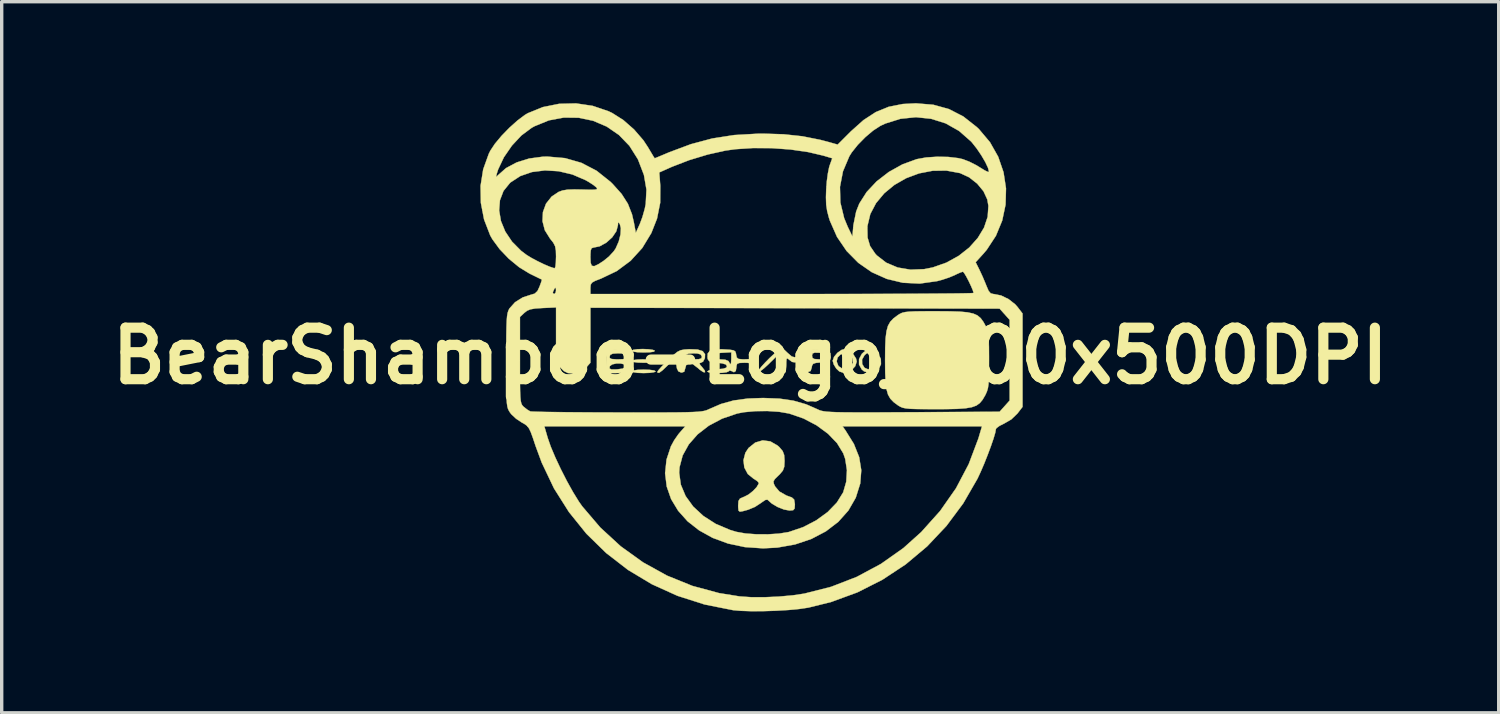
<source format=kicad_pcb>
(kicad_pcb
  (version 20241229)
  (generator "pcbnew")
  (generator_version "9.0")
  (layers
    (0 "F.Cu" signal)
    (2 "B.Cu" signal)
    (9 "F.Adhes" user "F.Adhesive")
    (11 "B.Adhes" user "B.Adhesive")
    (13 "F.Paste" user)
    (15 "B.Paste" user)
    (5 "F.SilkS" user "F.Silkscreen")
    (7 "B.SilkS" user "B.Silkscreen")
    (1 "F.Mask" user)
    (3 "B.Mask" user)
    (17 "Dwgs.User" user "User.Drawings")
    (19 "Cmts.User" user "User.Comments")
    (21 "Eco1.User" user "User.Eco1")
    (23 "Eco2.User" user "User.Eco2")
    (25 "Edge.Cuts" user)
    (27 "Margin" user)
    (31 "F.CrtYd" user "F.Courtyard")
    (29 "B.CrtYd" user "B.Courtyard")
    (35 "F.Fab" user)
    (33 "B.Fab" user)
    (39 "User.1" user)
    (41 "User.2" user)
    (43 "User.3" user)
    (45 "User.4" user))
  (footprint "BearShampoo-Logo_500x500DPI"
    (layer "F.Cu")
    (at 19.13 7.472)
    (property "Reference" "BearShampoo-Logo_500x500DPI" (at 0 0 0) (layer "F.SilkS") (effects (font (size 1.524 1.524) (thickness 0.3))))
    (attr through_hole)
    (fp_poly (pts (xy -3.005 -0.196) (xy -2.875 -0.177) (xy -2.819 -0.152) (xy -2.848 -0.124) (xy -2.969 -0.107) (xy -3.147 -0.102) (xy -3.33 -0.108) (xy -3.457 -0.126) (xy -3.505 -0.152) (xy -3.505 -0.152) (xy -3.459 -0.179) (xy -3.335 -0.197) (xy -3.178 -0.203) (xy -3.005 -0.196)) (stroke (width 0.01) (type solid)) (fill yes) (layer "F.SilkS"))
    (fp_poly (pts (xy -3.005 0.109) (xy -2.875 0.128) (xy -2.819 0.152) (xy -2.848 0.181) (xy -2.969 0.198) (xy -3.147 0.203) (xy -3.33 0.197) (xy -3.457 0.179) (xy -3.505 0.153) (xy -3.505 0.152) (xy -3.459 0.126) (xy -3.335 0.108) (xy -3.178 0.102) (xy -3.005 0.109)) (stroke (width 0.01) (type solid)) (fill yes) (layer "F.SilkS"))
    (fp_poly (pts (xy -2.967 0.413) (xy -2.841 0.431) (xy -2.794 0.457) (xy -2.794 0.457) (xy -2.841 0.483) (xy -2.967 0.501) (xy -3.149 0.508) (xy -3.15 0.508) (xy -3.332 0.501) (xy -3.458 0.483) (xy -3.505 0.457) (xy -3.505 0.457) (xy -3.458 0.431) (xy -3.332 0.413) (xy -3.15 0.406) (xy -3.15 0.406) (xy -2.967 0.413)) (stroke (width 0.01) (type solid)) (fill yes) (layer "F.SilkS"))
    (fp_poly (pts (xy 0.879 -0.171) (xy 0.901 -0.102) (xy 0.912 0.026) (xy 0.914 0.184) (xy 0.906 0.338) (xy 0.89 0.456) (xy 0.866 0.508) (xy 0.864 0.508) (xy 0.835 0.462) (xy 0.817 0.345) (xy 0.813 0.243) (xy 0.813 -0.022) (xy 0.539 0.248) (xy 0.406 0.37) (xy 0.301 0.451) (xy 0.242 0.474) (xy 0.237 0.471) (xy 0.257 0.417) (xy 0.332 0.318) (xy 0.445 0.194) (xy 0.575 0.062) (xy 0.702 -0.055) (xy 0.808 -0.141) (xy 0.872 -0.173) (xy 0.879 -0.171)) (stroke (width 0.01) (type solid)) (fill yes) (layer "F.SilkS"))
    (fp_poly (pts (xy 2.92 -0.161) (xy 3.043 -0.056) (xy 3.129 0.077) (xy 3.15 0.167) (xy 3.105 0.305) (xy 2.993 0.426) (xy 2.848 0.499) (xy 2.782 0.508) (xy 2.637 0.461) (xy 2.544 0.374) (xy 2.47 0.253) (xy 2.444 0.164) (xy 2.556 0.164) (xy 2.604 0.29) (xy 2.619 0.308) (xy 2.75 0.395) (xy 2.887 0.384) (xy 2.968 0.327) (xy 3.041 0.197) (xy 3.018 0.067) (xy 2.924 -0.028) (xy 2.789 -0.071) (xy 2.669 -0.039) (xy 2.585 0.047) (xy 2.556 0.164) (xy 2.444 0.164) (xy 2.438 0.145) (xy 2.438 0.143) (xy 2.48 0.027) (xy 2.58 -0.092) (xy 2.705 -0.179) (xy 2.794 -0.203) (xy 2.92 -0.161)) (stroke (width 0.01) (type solid)) (fill yes) (layer "F.SilkS"))
    (fp_poly (pts (xy 3.651 -0.155) (xy 3.789 -0.054) (xy 3.862 0.09) (xy 3.867 0.246) (xy 3.801 0.385) (xy 3.715 0.454) (xy 3.532 0.505) (xy 3.367 0.458) (xy 3.299 0.403) (xy 3.217 0.257) (xy 3.218 0.107) (xy 3.308 0.107) (xy 3.311 0.242) (xy 3.38 0.352) (xy 3.505 0.405) (xy 3.531 0.406) (xy 3.647 0.379) (xy 3.698 0.345) (xy 3.753 0.233) (xy 3.752 0.096) (xy 3.699 -0.019) (xy 3.661 -0.049) (xy 3.535 -0.097) (xy 3.439 -0.071) (xy 3.382 -0.022) (xy 3.308 0.107) (xy 3.218 0.107) (xy 3.219 0.092) (xy 3.301 -0.061) (xy 3.362 -0.117) (xy 3.472 -0.183) (xy 3.569 -0.184) (xy 3.651 -0.155)) (stroke (width 0.01) (type solid)) (fill yes) (layer "F.SilkS"))
    (fp_poly (pts (xy -3.789 -0.193) (xy -3.656 -0.149) (xy -3.587 -0.05) (xy -3.567 0.117) (xy -3.567 0.139) (xy -3.579 0.296) (xy -3.605 0.415) (xy -3.62 0.445) (xy -3.701 0.482) (xy -3.858 0.504) (xy -3.971 0.508) (xy -4.272 0.508) (xy -4.264 0.32) (xy -4.156 0.32) (xy -4.154 0.375) (xy -4.105 0.399) (xy -3.985 0.4) (xy -3.929 0.397) (xy -3.768 0.376) (xy -3.693 0.337) (xy -3.683 0.305) (xy -3.726 0.25) (xy -3.83 0.224) (xy -3.959 0.225) (xy -4.078 0.251) (xy -4.15 0.303) (xy -4.156 0.32) (xy -4.264 0.32) (xy -4.257 0.165) (xy -4.25 0.013) (xy -4.156 0.013) (xy -4.151 0.065) (xy -4.096 0.092) (xy -3.968 0.101) (xy -3.912 0.102) (xy -3.757 0.097) (xy -3.682 0.076) (xy -3.665 0.032) (xy -3.667 0.013) (xy -3.703 -0.045) (xy -3.799 -0.072) (xy -3.912 -0.076) (xy -4.062 -0.066) (xy -4.136 -0.031) (xy -4.156 0.013) (xy -4.25 0.013) (xy -4.242 -0.178) (xy -4.002 -0.193) (xy -3.789 -0.193)) (stroke (width 0.01) (type solid)) (fill yes) (layer "F.SilkS"))
    (fp_poly (pts (xy -1.559 -0.189) (xy -1.405 -0.141) (xy -1.335 -0.049) (xy -1.34 0.068) (xy -1.394 0.171) (xy -1.458 0.203) (xy -1.502 0.216) (xy -1.48 0.265) (xy -1.423 0.33) (xy -1.342 0.435) (xy -1.335 0.485) (xy -1.389 0.478) (xy -1.489 0.41) (xy -1.545 0.36) (xy -1.695 0.245) (xy -1.814 0.215) (xy -1.893 0.272) (xy -1.921 0.368) (xy -1.95 0.468) (xy -2.021 0.493) (xy -2.048 0.49) (xy -2.124 0.457) (xy -2.166 0.371) (xy -2.184 0.259) (xy -2.21 0.045) (xy -2.436 0.277) (xy -2.592 0.426) (xy -2.691 0.499) (xy -2.738 0.497) (xy -2.743 0.468) (xy -2.709 0.418) (xy -2.618 0.316) (xy -2.486 0.181) (xy -2.426 0.122) (xy -2.31 0.013) (xy -1.921 0.013) (xy -1.916 0.065) (xy -1.861 0.092) (xy -1.733 0.101) (xy -1.676 0.102) (xy -1.522 0.097) (xy -1.447 0.076) (xy -1.429 0.032) (xy -1.432 0.013) (xy -1.468 -0.045) (xy -1.563 -0.072) (xy -1.676 -0.076) (xy -1.827 -0.066) (xy -1.901 -0.031) (xy -1.921 0.013) (xy -2.31 0.013) (xy -2.269 -0.026) (xy -2.157 -0.117) (xy -2.059 -0.166) (xy -1.948 -0.188) (xy -1.803 -0.197) (xy -1.559 -0.189)) (stroke (width 0.01) (type solid)) (fill yes) (layer "F.SilkS"))
    (fp_poly (pts (xy 0.596 2.528) (xy 0.811 2.652) (xy 0.864 2.7) (xy 0.96 2.814) (xy 1.004 2.931) (xy 1.016 3.1) (xy 1.016 3.109) (xy 1.007 3.276) (xy 0.966 3.39) (xy 0.874 3.5) (xy 0.836 3.536) (xy 0.73 3.64) (xy 0.688 3.711) (xy 0.699 3.783) (xy 0.737 3.861) (xy 0.862 4.009) (xy 1.073 4.129) (xy 1.232 4.186) (xy 1.299 4.247) (xy 1.321 4.385) (xy 1.321 4.393) (xy 1.313 4.513) (xy 1.27 4.562) (xy 1.167 4.572) (xy 1.166 4.572) (xy 0.999 4.542) (xy 0.807 4.466) (xy 0.638 4.365) (xy 0.561 4.296) (xy 0.51 4.251) (xy 0.449 4.259) (xy 0.349 4.326) (xy 0.327 4.343) (xy 0.14 4.465) (xy -0.06 4.548) (xy -0.216 4.591) (xy -0.306 4.606) (xy -0.345 4.575) (xy -0.355 4.475) (xy -0.356 4.425) (xy -0.347 4.291) (xy -0.302 4.219) (xy -0.194 4.171) (xy -0.179 4.166) (xy -0.051 4.1) (xy 0.082 3.995) (xy 0.193 3.878) (xy 0.251 3.777) (xy 0.254 3.757) (xy 0.213 3.705) (xy 0.114 3.639) (xy 0.102 3.633) (xy -0.072 3.491) (xy -0.174 3.299) (xy -0.199 3.083) (xy -0.143 2.866) (xy -0.049 2.723) (xy 0.149 2.563) (xy 0.37 2.498) (xy 0.596 2.528)) (stroke (width 0.01) (type solid)) (fill yes) (layer "F.SilkS"))
    (fp_poly (pts (xy 5.896 -1.318) (xy 6.197 -1.309) (xy 6.425 -1.288) (xy 6.595 -1.251) (xy 6.719 -1.196) (xy 6.814 -1.116) (xy 6.892 -1.01) (xy 6.946 -0.914) (xy 6.989 -0.824) (xy 7.02 -0.733) (xy 7.041 -0.622) (xy 7.053 -0.473) (xy 7.059 -0.266) (xy 7.061 0.018) (xy 7.061 0.127) (xy 7.06 0.439) (xy 7.056 0.669) (xy 7.046 0.834) (xy 7.028 0.955) (xy 7 1.05) (xy 6.961 1.138) (xy 6.946 1.168) (xy 6.87 1.297) (xy 6.789 1.395) (xy 6.688 1.468) (xy 6.552 1.517) (xy 6.368 1.549) (xy 6.12 1.567) (xy 5.796 1.574) (xy 5.507 1.575) (xy 5.168 1.574) (xy 4.915 1.571) (xy 4.732 1.565) (xy 4.602 1.552) (xy 4.51 1.533) (xy 4.441 1.505) (xy 4.377 1.467) (xy 4.366 1.46) (xy 4.239 1.365) (xy 4.143 1.265) (xy 4.075 1.145) (xy 4.03 0.987) (xy 4.004 0.776) (xy 3.991 0.497) (xy 3.988 0.132) (xy 3.988 0.127) (xy 3.991 -0.239) (xy 4.003 -0.52) (xy 4.03 -0.731) (xy 4.074 -0.889) (xy 4.142 -1.01) (xy 4.237 -1.11) (xy 4.365 -1.205) (xy 4.366 -1.206) (xy 4.431 -1.246) (xy 4.498 -1.276) (xy 4.586 -1.296) (xy 4.708 -1.309) (xy 4.882 -1.317) (xy 5.123 -1.32) (xy 5.448 -1.321) (xy 5.507 -1.321) (xy 5.896 -1.318)) (stroke (width 0.01) (type solid)) (fill yes) (layer "F.SilkS"))
    (fp_poly (pts (xy 1.108 -0.086) (xy 1.229 0.017) (xy 1.318 0.042) (xy 1.396 -0.003) (xy 1.829 -0.003) (xy 1.843 0.062) (xy 1.901 0.093) (xy 2.031 0.101) (xy 2.061 0.102) (xy 2.204 0.095) (xy 2.269 0.07) (xy 2.277 0.017) (xy 2.277 0.013) (xy 2.231 -0.051) (xy 2.112 -0.085) (xy 2.044 -0.092) (xy 1.908 -0.095) (xy 1.845 -0.073) (xy 1.829 -0.012) (xy 1.829 -0.003) (xy 1.396 -0.003) (xy 1.407 -0.009) (xy 1.463 -0.065) (xy 1.543 -0.131) (xy 1.65 -0.169) (xy 1.814 -0.189) (xy 1.92 -0.195) (xy 2.152 -0.192) (xy 2.298 -0.156) (xy 2.37 -0.08) (xy 2.381 0.043) (xy 2.379 0.061) (xy 2.356 0.131) (xy 2.297 0.169) (xy 2.173 0.188) (xy 2.099 0.193) (xy 1.943 0.207) (xy 1.862 0.234) (xy 1.828 0.289) (xy 1.819 0.344) (xy 1.786 0.447) (xy 1.699 0.48) (xy 1.676 0.48) (xy 1.596 0.468) (xy 1.552 0.414) (xy 1.528 0.29) (xy 1.524 0.257) (xy 1.505 0.124) (xy 1.482 0.078) (xy 1.444 0.101) (xy 1.429 0.119) (xy 1.336 0.194) (xy 1.238 0.178) (xy 1.16 0.119) (xy 1.104 0.075) (xy 1.076 0.089) (xy 1.068 0.177) (xy 1.067 0.272) (xy 1.057 0.411) (xy 1.032 0.496) (xy 1.016 0.508) (xy 0.99 0.461) (xy 0.972 0.334) (xy 0.965 0.15) (xy 0.965 0.143) (xy 0.965 -0.222) (xy 1.108 -0.086)) (stroke (width 0.01) (type solid)) (fill yes) (layer "F.SilkS"))
    (fp_poly (pts (xy -0.791 -0.193) (xy -0.603 -0.182) (xy -0.495 -0.165) (xy -0.442 -0.132) (xy -0.421 -0.075) (xy -0.416 -0.037) (xy -0.396 0.049) (xy -0.345 0.09) (xy -0.232 0.101) (xy -0.174 0.102) (xy -0.035 0.096) (xy 0.031 0.069) (xy 0.05 0.006) (xy 0.051 -0.022) (xy 0.07 -0.13) (xy 0.102 -0.178) (xy 0.13 -0.149) (xy 0.147 -0.028) (xy 0.152 0.149) (xy 0.146 0.333) (xy 0.128 0.46) (xy 0.102 0.508) (xy 0.102 0.508) (xy 0.066 0.464) (xy 0.051 0.357) (xy 0.051 0.356) (xy 0.044 0.262) (xy 0.006 0.218) (xy -0.092 0.204) (xy -0.178 0.203) (xy -0.319 0.209) (xy -0.386 0.235) (xy -0.406 0.296) (xy -0.406 0.322) (xy -0.426 0.447) (xy -0.481 0.483) (xy -0.537 0.454) (xy -0.607 0.43) (xy -0.633 0.455) (xy -0.696 0.483) (xy -0.819 0.5) (xy -0.971 0.507) (xy -1.119 0.502) (xy -1.229 0.486) (xy -1.27 0.46) (xy -1.224 0.431) (xy -1.105 0.408) (xy -0.978 0.396) (xy -0.802 0.38) (xy -0.711 0.35) (xy -0.686 0.305) (xy -0.719 0.254) (xy -0.827 0.221) (xy -0.965 0.203) (xy -1.128 0.183) (xy -1.216 0.153) (xy -1.253 0.099) (xy -1.261 0.061) (xy -1.26 0.013) (xy -1.159 0.013) (xy -1.154 0.066) (xy -1.098 0.092) (xy -0.97 0.101) (xy -0.917 0.102) (xy -0.739 0.113) (xy -0.646 0.151) (xy -0.628 0.178) (xy -0.59 0.248) (xy -0.567 0.218) (xy -0.559 0.089) (xy -0.559 0.074) (xy -0.559 -0.107) (xy -0.85 -0.091) (xy -1.024 -0.076) (xy -1.119 -0.046) (xy -1.157 0.005) (xy -1.159 0.013) (xy -1.26 0.013) (xy -1.258 -0.068) (xy -1.195 -0.149) (xy -1.061 -0.189) (xy -0.844 -0.196) (xy -0.791 -0.193)) (stroke (width 0.01) (type solid)) (fill yes) (layer "F.SilkS"))
    (fp_poly (pts (xy 5.413 -7.425) (xy 5.876 -7.297) (xy 6.3 -7.079) (xy 6.698 -6.766) (xy 6.762 -6.706) (xy 7.089 -6.318) (xy 7.332 -5.888) (xy 7.49 -5.429) (xy 7.563 -4.952) (xy 7.55 -4.472) (xy 7.451 -4.001) (xy 7.265 -3.551) (xy 6.993 -3.136) (xy 6.893 -3.019) (xy 6.666 -2.769) (xy 6.78 -2.54) (xy 6.872 -2.342) (xy 6.962 -2.128) (xy 6.985 -2.07) (xy 7.048 -1.923) (xy 7.11 -1.85) (xy 7.192 -1.828) (xy 7.208 -1.828) (xy 7.417 -1.786) (xy 7.639 -1.678) (xy 7.834 -1.525) (xy 7.905 -1.445) (xy 8.052 -1.253) (xy 8.052 1.507) (xy 7.903 1.701) (xy 7.722 1.876) (xy 7.51 1.999) (xy 7.371 2.069) (xy 7.282 2.135) (xy 7.264 2.166) (xy 7.245 2.272) (xy 7.193 2.449) (xy 7.115 2.675) (xy 7.02 2.929) (xy 6.917 3.189) (xy 6.812 3.433) (xy 6.719 3.632) (xy 6.298 4.361) (xy 5.8 5.029) (xy 5.231 5.632) (xy 4.598 6.163) (xy 3.909 6.618) (xy 3.171 6.991) (xy 2.39 7.277) (xy 1.718 7.443) (xy 1.458 7.482) (xy 1.13 7.513) (xy 0.762 7.535) (xy 0.384 7.547) (xy 0.024 7.548) (xy -0.289 7.537) (xy -0.504 7.518) (xy -1.348 7.35) (xy -2.151 7.093) (xy -2.907 6.751) (xy -3.612 6.328) (xy -4.259 5.828) (xy -4.843 5.257) (xy -5.358 4.618) (xy -5.801 3.917) (xy -6.163 3.157) (xy -6.344 2.667) (xy -6.426 2.421) (xy -6.488 2.252) (xy -6.542 2.141) (xy -6.588 2.083) (xy -6.086 2.083) (xy -5.986 2.426) (xy -5.896 2.685) (xy -5.762 3.002) (xy -5.599 3.349) (xy -5.42 3.7) (xy -5.238 4.027) (xy -5.067 4.305) (xy -4.969 4.445) (xy -4.432 5.074) (xy -3.83 5.628) (xy -3.17 6.103) (xy -2.46 6.496) (xy -1.707 6.801) (xy -0.918 7.014) (xy -0.314 7.111) (xy 0.026 7.134) (xy 0.427 7.135) (xy 0.851 7.116) (xy 1.259 7.079) (xy 1.596 7.029) (xy 2.393 6.827) (xy 3.152 6.533) (xy 3.867 6.149) (xy 4.53 5.681) (xy 5.056 5.209) (xy 5.615 4.585) (xy 6.084 3.915) (xy 6.461 3.199) (xy 6.748 2.438) (xy 6.774 2.349) (xy 6.853 2.083) (xy 2.731 2.083) (xy 2.813 2.197) (xy 3.066 2.604) (xy 3.222 2.995) (xy 3.284 3.38) (xy 3.254 3.767) (xy 3.253 3.774) (xy 3.121 4.193) (xy 2.903 4.572) (xy 2.605 4.906) (xy 2.238 5.187) (xy 1.809 5.412) (xy 1.328 5.574) (xy 0.801 5.668) (xy 0.381 5.69) (xy -0.157 5.653) (xy -0.655 5.548) (xy -1.108 5.381) (xy -1.509 5.159) (xy -1.852 4.89) (xy -2.13 4.579) (xy -2.338 4.235) (xy -2.468 3.863) (xy -2.516 3.471) (xy -2.514 3.454) (xy -2.1 3.454) (xy -2.051 3.808) (xy -1.909 4.145) (xy -1.684 4.456) (xy -1.384 4.733) (xy -1.02 4.966) (xy -0.598 5.145) (xy -0.406 5.203) (xy -0.143 5.25) (xy 0.18 5.274) (xy 0.526 5.275) (xy 0.854 5.254) (xy 1.127 5.21) (xy 1.145 5.206) (xy 1.566 5.063) (xy 1.953 4.862) (xy 2.291 4.616) (xy 2.561 4.337) (xy 2.747 4.038) (xy 2.751 4.029) (xy 2.84 3.72) (xy 2.86 3.378) (xy 2.809 3.046) (xy 2.751 2.88) (xy 2.568 2.58) (xy 2.3 2.301) (xy 1.964 2.054) (xy 1.578 1.851) (xy 1.158 1.706) (xy 1.145 1.703) (xy 0.856 1.653) (xy 0.51 1.63) (xy 0.15 1.634) (xy -0.184 1.665) (xy -0.383 1.703) (xy -0.83 1.855) (xy -1.224 2.064) (xy -1.556 2.321) (xy -1.816 2.617) (xy -1.997 2.944) (xy -2.089 3.291) (xy -2.1 3.454) (xy -2.514 3.454) (xy -2.474 3.066) (xy -2.345 2.675) (xy -2.248 2.496) (xy -2.123 2.316) (xy -2.085 2.271) (xy -1.92 2.083) (xy -6.086 2.083) (xy -6.588 2.083) (xy -6.599 2.068) (xy -6.672 2.014) (xy -6.76 1.965) (xy -6.922 1.857) (xy -7.062 1.726) (xy -7.099 1.678) (xy -7.133 1.624) (xy -7.16 1.568) (xy -7.18 1.497) (xy -7.194 1.397) (xy -7.204 1.256) (xy -7.209 1.062) (xy -7.212 0.802) (xy -7.213 0.463) (xy -7.213 0.132) (xy -7.213 -0.282) (xy -7.211 -0.607) (xy -7.206 -0.855) (xy -7.199 -1.04) (xy -7.19 -1.151) (xy -6.807 -1.151) (xy -6.807 0.127) (xy -6.807 0.52) (xy -6.806 0.824) (xy -6.802 1.051) (xy -6.795 1.216) (xy -6.784 1.329) (xy -6.767 1.404) (xy -6.744 1.453) (xy -6.714 1.489) (xy -6.693 1.509) (xy -6.585 1.593) (xy -6.502 1.641) (xy -6.438 1.646) (xy -6.282 1.651) (xy -6.044 1.657) (xy -5.735 1.661) (xy -5.365 1.665) (xy -4.944 1.668) (xy -4.481 1.671) (xy -3.988 1.672) (xy -3.922 1.672) (xy -3.351 1.673) (xy -2.873 1.673) (xy -2.478 1.672) (xy -2.158 1.67) (xy -1.903 1.666) (xy -1.705 1.66) (xy -1.555 1.652) (xy -1.443 1.641) (xy -1.361 1.627) (xy -1.299 1.61) (xy -1.249 1.59) (xy -1.229 1.58) (xy -0.867 1.423) (xy -0.49 1.318) (xy -0.071 1.261) (xy 0.381 1.245) (xy 0.863 1.263) (xy 1.278 1.324) (xy 1.652 1.431) (xy 1.994 1.581) (xy 2.041 1.603) (xy 2.094 1.621) (xy 2.163 1.636) (xy 2.255 1.648) (xy 2.381 1.657) (xy 2.548 1.664) (xy 2.766 1.668) (xy 3.043 1.67) (xy 3.389 1.671) (xy 3.811 1.67) (xy 4.32 1.667) (xy 4.78 1.665) (xy 7.374 1.651) (xy 7.523 1.485) (xy 7.671 1.319) (xy 7.671 0.127) (xy 7.671 -1.065) (xy 7.374 -1.397) (xy -4.724 -1.424) (xy -4.724 0.202) (xy -4.867 0.362) (xy -4.984 0.469) (xy -5.107 0.515) (xy -5.232 0.522) (xy -5.394 0.507) (xy -5.51 0.448) (xy -5.597 0.362) (xy -5.74 0.202) (xy -5.74 -1.433) (xy -6.143 -1.415) (xy -6.358 -1.401) (xy -6.501 -1.376) (xy -6.599 -1.334) (xy -6.676 -1.274) (xy -6.807 -1.151) (xy -7.19 -1.151) (xy -7.188 -1.174) (xy -7.172 -1.269) (xy -7.15 -1.337) (xy -7.123 -1.393) (xy -7.117 -1.402) (xy -6.952 -1.587) (xy -6.723 -1.73) (xy -6.496 -1.804) (xy -6.369 -1.842) (xy -6.333 -1.876) (xy -5.838 -1.876) (xy -5.808 -1.83) (xy -5.791 -1.829) (xy -5.752 -1.872) (xy -5.741 -1.943) (xy -5.747 -2) (xy -4.724 -2) (xy -4.724 -1.829) (xy 0.94 -1.829) (xy 1.689 -1.829) (xy 2.41 -1.83) (xy 3.094 -1.831) (xy 3.738 -1.833) (xy 4.332 -1.835) (xy 4.872 -1.838) (xy 5.351 -1.841) (xy 5.762 -1.844) (xy 6.099 -1.847) (xy 6.355 -1.851) (xy 6.524 -1.855) (xy 6.6 -1.859) (xy 6.604 -1.861) (xy 6.583 -1.937) (xy 6.53 -2.063) (xy 6.46 -2.211) (xy 6.386 -2.351) (xy 6.324 -2.453) (xy 6.29 -2.489) (xy 6.22 -2.468) (xy 6.098 -2.414) (xy 6.045 -2.387) (xy 5.883 -2.319) (xy 5.675 -2.25) (xy 5.526 -2.21) (xy 5.013 -2.138) (xy 4.514 -2.162) (xy 4.039 -2.276) (xy 3.596 -2.474) (xy 3.197 -2.751) (xy 2.851 -3.101) (xy 2.567 -3.518) (xy 2.356 -3.996) (xy 2.329 -4.079) (xy 2.276 -4.281) (xy 2.247 -4.47) (xy 2.24 -4.688) (xy 2.247 -4.918) (xy 2.253 -4.997) (xy 2.654 -4.997) (xy 2.666 -4.534) (xy 2.778 -4.072) (xy 2.884 -3.816) (xy 3.022 -3.531) (xy 3.046 -3.806) (xy 3.464 -3.806) (xy 3.47 -3.498) (xy 3.545 -3.246) (xy 3.698 -3.021) (xy 3.744 -2.971) (xy 4.023 -2.755) (xy 4.36 -2.613) (xy 4.739 -2.549) (xy 5.146 -2.565) (xy 5.4 -2.616) (xy 5.803 -2.758) (xy 6.165 -2.958) (xy 6.477 -3.204) (xy 6.729 -3.487) (xy 6.914 -3.793) (xy 7.021 -4.112) (xy 7.043 -4.434) (xy 7.01 -4.625) (xy 6.898 -4.867) (xy 6.711 -5.093) (xy 6.473 -5.28) (xy 6.209 -5.402) (xy 6.201 -5.405) (xy 5.8 -5.479) (xy 5.392 -5.473) (xy 4.992 -5.396) (xy 4.611 -5.254) (xy 4.264 -5.055) (xy 3.963 -4.807) (xy 3.721 -4.517) (xy 3.551 -4.194) (xy 3.467 -3.844) (xy 3.464 -3.806) (xy 3.046 -3.806) (xy 3.051 -3.867) (xy 3.133 -4.269) (xy 3.225 -4.502) (xy 3.442 -4.843) (xy 3.739 -5.16) (xy 4.099 -5.438) (xy 4.501 -5.662) (xy 4.925 -5.817) (xy 4.928 -5.817) (xy 5.204 -5.867) (xy 5.526 -5.888) (xy 5.856 -5.882) (xy 6.15 -5.847) (xy 6.286 -5.816) (xy 6.48 -5.741) (xy 6.693 -5.633) (xy 6.803 -5.565) (xy 6.937 -5.483) (xy 7.03 -5.439) (xy 7.061 -5.442) (xy 7.031 -5.56) (xy 6.951 -5.73) (xy 6.835 -5.928) (xy 6.699 -6.129) (xy 6.558 -6.308) (xy 6.527 -6.342) (xy 6.175 -6.651) (xy 5.778 -6.875) (xy 5.348 -7.01) (xy 4.9 -7.057) (xy 4.444 -7.01) (xy 3.996 -6.87) (xy 3.849 -6.801) (xy 3.636 -6.663) (xy 3.404 -6.467) (xy 3.182 -6.241) (xy 3.002 -6.016) (xy 2.931 -5.902) (xy 2.742 -5.455) (xy 2.654 -4.997) (xy 2.253 -4.997) (xy 2.265 -5.16) (xy 2.296 -5.39) (xy 2.332 -5.571) (xy 2.348 -5.626) (xy 2.426 -5.842) (xy 2.166 -5.92) (xy 1.71 -6.027) (xy 1.189 -6.102) (xy 0.636 -6.142) (xy 0.083 -6.145) (xy -0.438 -6.111) (xy -0.726 -6.071) (xy -1.254 -5.954) (xy -1.802 -5.788) (xy -2.311 -5.592) (xy -2.347 -5.576) (xy -2.688 -5.424) (xy -2.658 -5.027) (xy -2.661 -4.529) (xy -2.755 -4.058) (xy -2.923 -3.632) (xy -3.192 -3.189) (xy -3.536 -2.812) (xy -3.947 -2.507) (xy -4.418 -2.282) (xy -4.423 -2.281) (xy -4.588 -2.217) (xy -4.678 -2.165) (xy -4.716 -2.104) (xy -4.724 -2.012) (xy -4.724 -2) (xy -5.747 -2) (xy -5.749 -2.017) (xy -5.779 -1.999) (xy -5.791 -1.981) (xy -5.838 -1.876) (xy -6.333 -1.876) (xy -6.29 -1.917) (xy -6.229 -2.046) (xy -6.183 -2.171) (xy -6.16 -2.247) (xy -6.16 -2.257) (xy -6.208 -2.279) (xy -6.324 -2.336) (xy -6.486 -2.415) (xy -6.528 -2.436) (xy -6.832 -2.622) (xy -7.135 -2.871) (xy -7.407 -3.155) (xy -7.622 -3.448) (xy -7.687 -3.563) (xy -7.868 -4.032) (xy -7.92 -4.302) (xy -7.423 -4.302) (xy -7.37 -3.989) (xy -7.242 -3.677) (xy -7.042 -3.378) (xy -6.773 -3.107) (xy -6.61 -2.984) (xy -6.466 -2.896) (xy -6.285 -2.8) (xy -6.096 -2.708) (xy -5.926 -2.636) (xy -5.805 -2.596) (xy -5.779 -2.592) (xy -5.759 -2.638) (xy -5.746 -2.759) (xy -5.741 -2.921) (xy -4.724 -2.921) (xy -4.717 -2.753) (xy -4.685 -2.665) (xy -4.613 -2.652) (xy -4.488 -2.71) (xy -4.338 -2.807) (xy -4.176 -2.938) (xy -4.034 -3.093) (xy -3.978 -3.175) (xy -3.887 -3.38) (xy -3.834 -3.592) (xy -3.824 -3.778) (xy -3.854 -3.894) (xy -3.895 -3.953) (xy -3.908 -3.922) (xy -3.91 -3.867) (xy -3.958 -3.685) (xy -4.08 -3.505) (xy -4.253 -3.349) (xy -4.45 -3.24) (xy -4.636 -3.202) (xy -4.688 -3.184) (xy -4.715 -3.118) (xy -4.724 -2.98) (xy -4.724 -2.921) (xy -5.741 -2.921) (xy -5.74 -2.926) (xy -5.745 -3.115) (xy -5.768 -3.242) (xy -5.822 -3.348) (xy -5.917 -3.467) (xy -6.072 -3.715) (xy -6.141 -3.983) (xy -6.128 -4.251) (xy -6.037 -4.5) (xy -5.871 -4.71) (xy -5.665 -4.848) (xy -5.547 -4.891) (xy -5.401 -4.915) (xy -5.2 -4.922) (xy -4.98 -4.918) (xy -4.752 -4.912) (xy -4.611 -4.914) (xy -4.541 -4.924) (xy -4.526 -4.947) (xy -4.551 -4.984) (xy -4.637 -5.054) (xy -4.776 -5.144) (xy -4.865 -5.195) (xy -5.258 -5.364) (xy -5.665 -5.46) (xy -6.069 -5.484) (xy -6.452 -5.436) (xy -6.797 -5.317) (xy -7.087 -5.128) (xy -7.104 -5.112) (xy -7.294 -4.877) (xy -7.399 -4.602) (xy -7.423 -4.302) (xy -7.92 -4.302) (xy -7.963 -4.526) (xy -7.972 -5.026) (xy -7.928 -5.301) (xy -7.512 -5.301) (xy -7.492 -5.304) (xy -7.46 -5.339) (xy -7.219 -5.552) (xy -6.904 -5.72) (xy -6.535 -5.835) (xy -6.132 -5.889) (xy -6.001 -5.893) (xy -5.476 -5.847) (xy -4.991 -5.708) (xy -4.543 -5.475) (xy -4.13 -5.146) (xy -4.064 -5.081) (xy -3.801 -4.787) (xy -3.617 -4.499) (xy -3.495 -4.188) (xy -3.441 -3.954) (xy -3.382 -3.638) (xy -3.262 -3.903) (xy -3.186 -4.107) (xy -3.118 -4.346) (xy -3.089 -4.491) (xy -3.067 -4.916) (xy -3.142 -5.35) (xy -3.315 -5.801) (xy -3.325 -5.821) (xy -3.571 -6.211) (xy -3.881 -6.532) (xy -4.242 -6.78) (xy -4.643 -6.951) (xy -5.07 -7.041) (xy -5.51 -7.046) (xy -5.951 -6.964) (xy -6.379 -6.789) (xy -6.463 -6.742) (xy -6.766 -6.516) (xy -7.045 -6.217) (xy -7.282 -5.873) (xy -7.453 -5.511) (xy -7.493 -5.385) (xy -7.512 -5.301) (xy -7.928 -5.301) (xy -7.894 -5.515) (xy -7.73 -5.972) (xy -7.683 -6.067) (xy -7.547 -6.272) (xy -7.351 -6.507) (xy -7.121 -6.744) (xy -6.882 -6.958) (xy -6.661 -7.124) (xy -6.575 -7.175) (xy -6.129 -7.356) (xy -5.647 -7.453) (xy -5.15 -7.465) (xy -4.657 -7.392) (xy -4.189 -7.233) (xy -4.082 -7.182) (xy -3.752 -6.973) (xy -3.434 -6.694) (xy -3.159 -6.376) (xy -3.029 -6.179) (xy -2.934 -6.02) (xy -2.863 -5.901) (xy -2.826 -5.844) (xy -2.824 -5.842) (xy -2.777 -5.86) (xy -2.658 -5.909) (xy -2.489 -5.98) (xy -2.402 -6.017) (xy -1.754 -6.259) (xy -1.122 -6.428) (xy -0.474 -6.529) (xy 0.22 -6.569) (xy 0.381 -6.571) (xy 0.991 -6.552) (xy 1.542 -6.493) (xy 2.071 -6.388) (xy 2.322 -6.322) (xy 2.586 -6.247) (xy 2.982 -6.643) (xy 3.349 -6.971) (xy 3.713 -7.208) (xy 4.094 -7.364) (xy 4.511 -7.447) (xy 4.9 -7.467) (xy 5.413 -7.425)) (stroke (width 0.01) (type solid)) (fill yes) (layer "F.SilkS")))
  (gr_rect
    (start -3 -3)
    (end 41.26 18.025)
    (stroke (width 0.1) (type default))
    (fill no)
    (layer "Edge.Cuts")))
</source>
